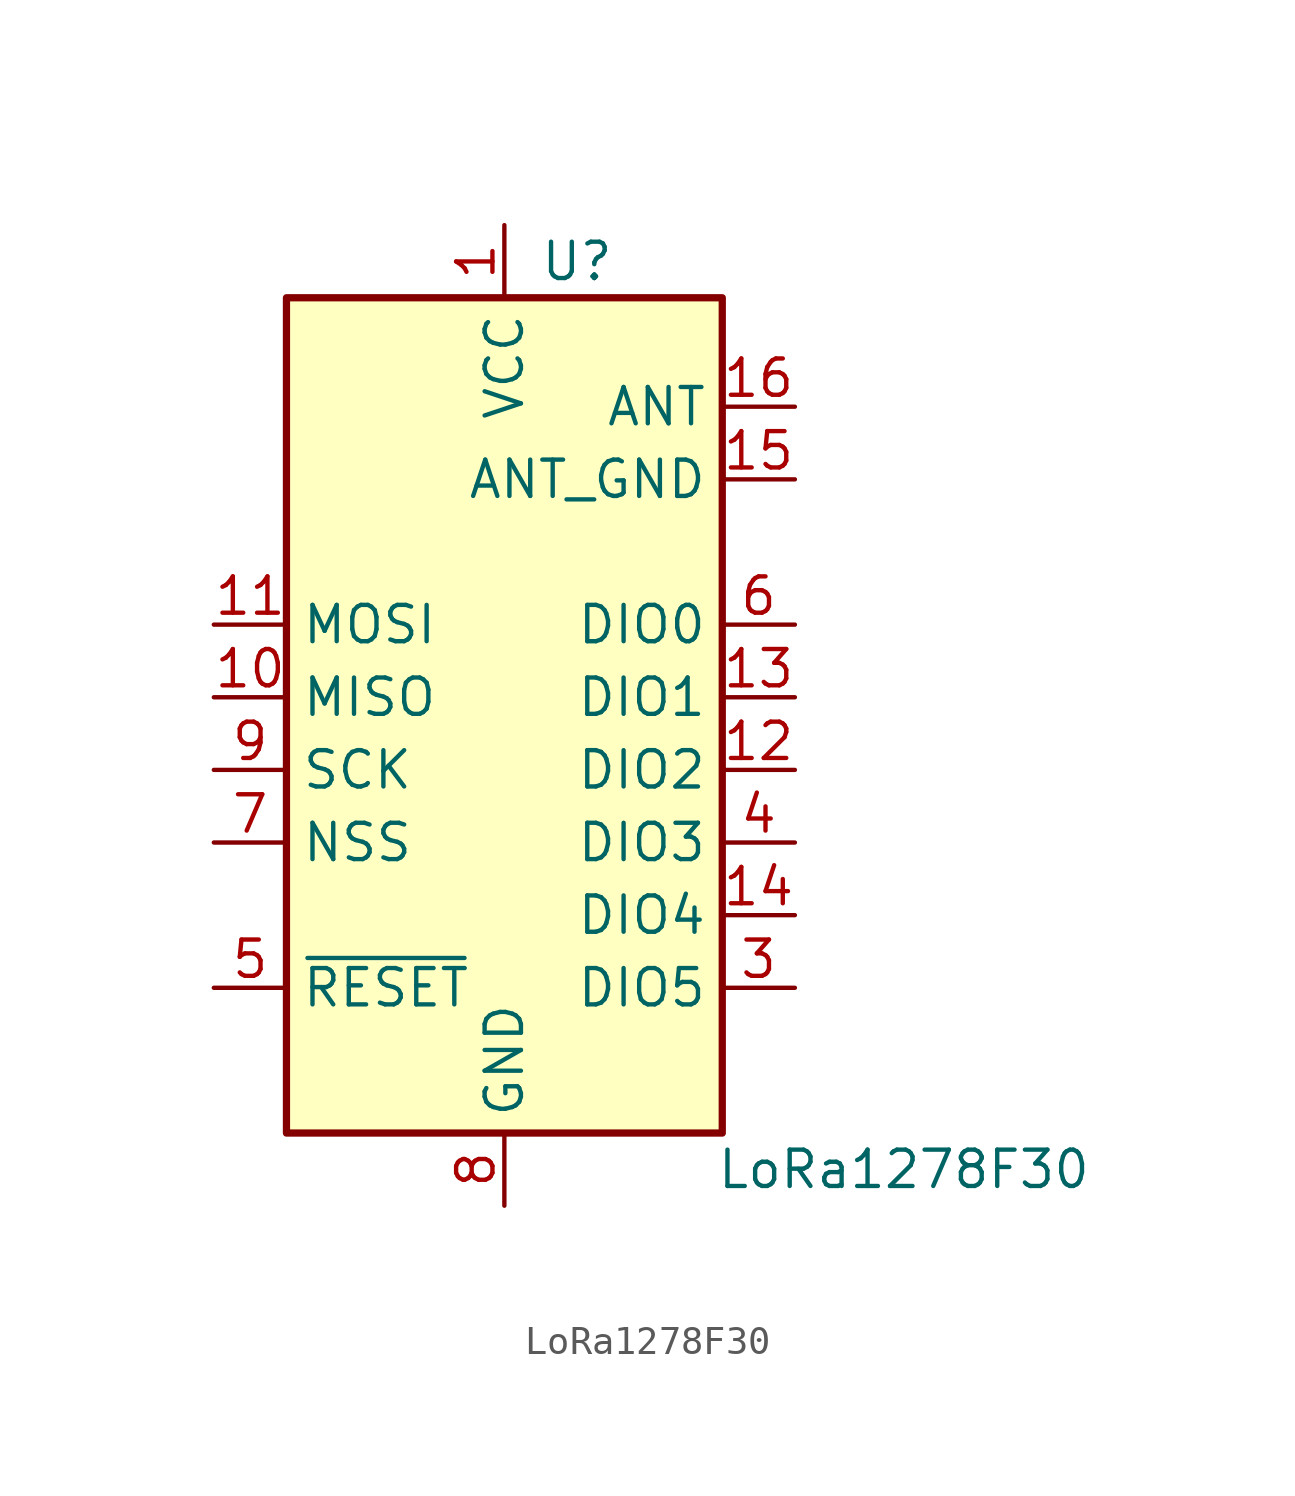
<source format=kicad_sym>
(kicad_symbol_lib
  (version 20211014)
  (generator kicad_symbol_editor)
  (symbol "LoRa1278F30"
    (property "Reference" "U"
      (at 2.54 16.51 0)
      (effects (font (size 1.27 1.27))))
    (property "Value" "LoRa1278F30"
      (at 13.97 -15.24 0)
      (effects (font (size 1.27 1.27))))
    (symbol "LoRa1278F30_0_1"
      (rectangle (start -7.62 15.24) (end 7.62 -13.97) (stroke (width 0.254) (type default) (color 0 0 0 0)) (fill (type background))))
    (symbol "LoRa1278F30_1_1"
      (pin power_in line (at 0 17.78 270) (length 2.54) (name "VCC" (effects (font (size 1.27 1.27)))) (number "1" (effects (font (size 1.27 1.27)))))
      (pin output line (at -10.16 1.27 0) (length 2.54) (name "MISO" (effects (font (size 1.27 1.27)))) (number "10" (effects (font (size 1.27 1.27)))))
      (pin input line (at -10.16 3.81 0) (length 2.54) (name "MOSI" (effects (font (size 1.27 1.27)))) (number "11" (effects (font (size 1.27 1.27)))))
      (pin bidirectional line (at 10.16 -1.27 180) (length 2.54) (name "DIO2" (effects (font (size 1.27 1.27)))) (number "12" (effects (font (size 1.27 1.27)))))
      (pin bidirectional line (at 10.16 1.27 180) (length 2.54) (name "DIO1" (effects (font (size 1.27 1.27)))) (number "13" (effects (font (size 1.27 1.27)))))
      (pin bidirectional line (at 10.16 -6.35 180) (length 2.54) (name "DIO4" (effects (font (size 1.27 1.27)))) (number "14" (effects (font (size 1.27 1.27)))))
      (pin passive line (at 10.16 8.89 180) (length 2.54) (name "ANT_GND" (effects (font (size 1.27 1.27)))) (number "15" (effects (font (size 1.27 1.27)))))
      (pin passive line (at 10.16 11.43 180) (length 2.54) (name "ANT" (effects (font (size 1.27 1.27)))) (number "16" (effects (font (size 1.27 1.27)))))
      (pin bidirectional line (at 10.16 -8.89 180) (length 2.54) (name "DIO5" (effects (font (size 1.27 1.27)))) (number "3" (effects (font (size 1.27 1.27)))))
      (pin bidirectional line (at 10.16 -3.81 180) (length 2.54) (name "DIO3" (effects (font (size 1.27 1.27)))) (number "4" (effects (font (size 1.27 1.27)))))
      (pin input line (at -10.16 -8.89 0) (length 2.54) (name "~{RESET}" (effects (font (size 1.27 1.27)))) (number "5" (effects (font (size 1.27 1.27)))))
      (pin bidirectional line (at 10.16 3.81 180) (length 2.54) (name "DIO0" (effects (font (size 1.27 1.27)))) (number "6" (effects (font (size 1.27 1.27)))))
      (pin input line (at -10.16 -3.81 0) (length 2.54) (name "NSS" (effects (font (size 1.27 1.27)))) (number "7" (effects (font (size 1.27 1.27)))))
      (pin power_in line (at 0 -16.51 90) (length 2.54) (name "GND" (effects (font (size 1.27 1.27)))) (number "8" (effects (font (size 1.27 1.27)))))
      (pin input line (at -10.16 -1.27 0) (length 2.54) (name "SCK" (effects (font (size 1.27 1.27)))) (number "9" (effects (font (size 1.27 1.27))))))))
</source>
